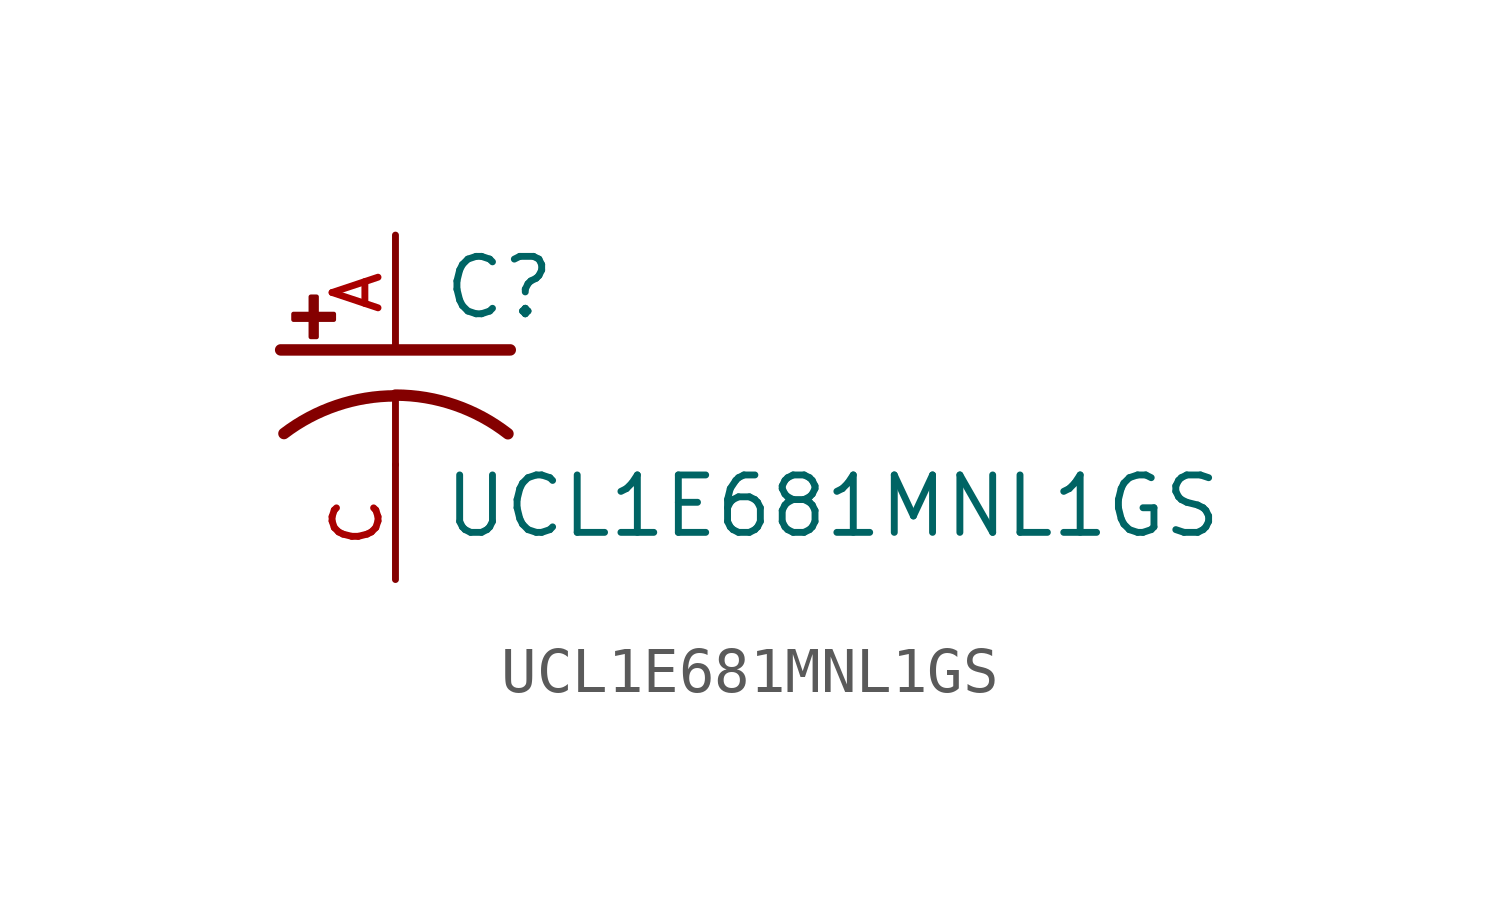
<source format=kicad_sym>
(kicad_symbol_lib
  (version 20211014)
  (generator kicad_symbol_editor)
  (symbol "UCL1E681MNL1GS"
    (pin_names
      (offset 1.016))
    (property "Reference" "C"
      (at 1.018 0.636 0)
      (effects (font (size 1.27 1.27)) (justify bottom left)))
    (property "Value" "UCL1E681MNL1GS"
      (at 1.018 -4.2 0)
      (effects (font (size 1.27 1.27)) (justify bottom left)))
    (symbol "UCL1E681MNL1GS_0_0"
      (polyline (pts (xy -2.54 0.0) (xy 2.54 0.0)) (stroke (width 0.254)))
      (polyline (pts (xy 0.0 -1.016) (xy 0.0 -2.54)) (stroke (width 0.152)))
      (arc (start 2.4892 -1.8542) (mid 1.3199 -1.2209) (end 0.0 -1.0) (stroke (width 0.254) (type default) (color 0 0 0 0)) (fill (type none)))
      (arc (start 0.0 -1.0161) (mid -1.3147 -1.2346) (end -2.4669 -1.8504) (stroke (width 0.254) (type default) (color 0 0 0 0)) (fill (type none)))
      (rectangle (start -2.256 0.669) (end -1.364 0.795) (stroke (width 0.1)) (fill (type outline)))
      (rectangle (start -1.873 0.287) (end -1.745 1.176) (stroke (width 0.1)) (fill (type outline)))
      (pin passive line (at 0.0 2.54 270.0) (length 2.54) (name "~" (effects (font (size 1.016 1.016)))) (number "A" (effects (font (size 1.016 1.016)))))
      (pin passive line (at 0.0 -5.08 90.0) (length 2.54) (name "~" (effects (font (size 1.016 1.016)))) (number "C" (effects (font (size 1.016 1.016))))))))
</source>
